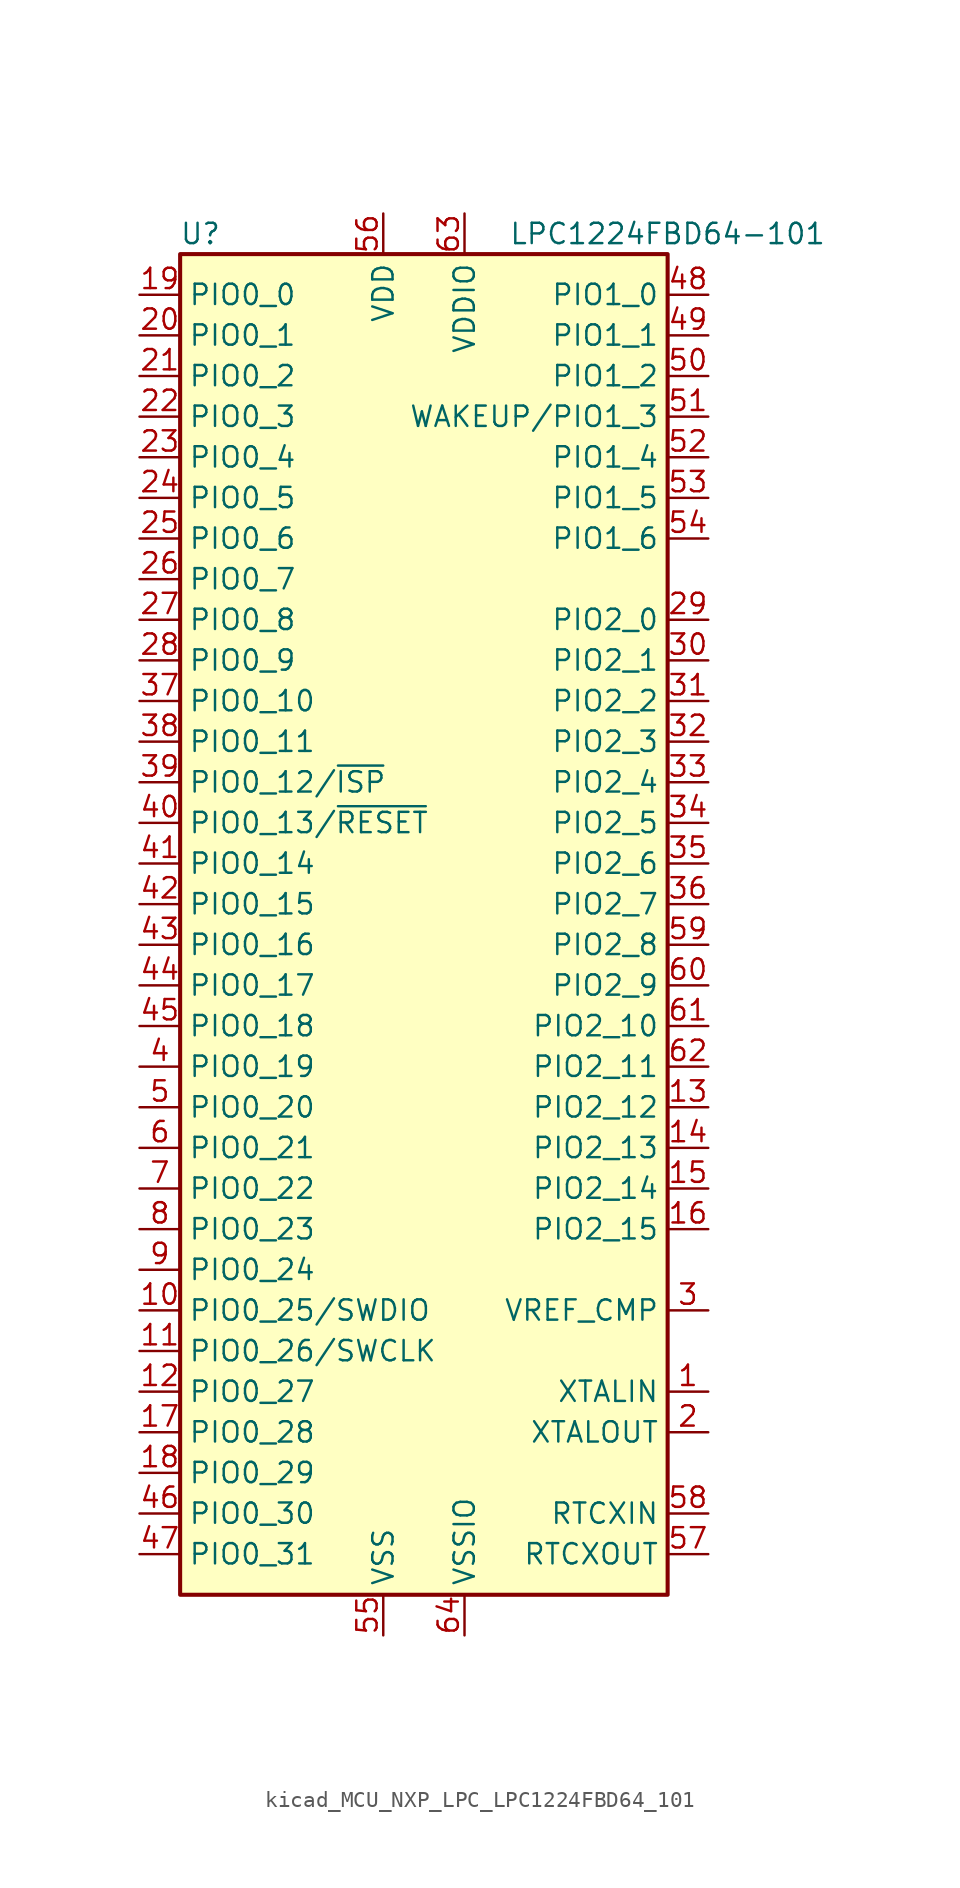
<source format=kicad_sym>
(kicad_symbol_lib
  (version 20220914)
  (generator kicad_symbol_editor)
  (symbol "kicad_MCU_NXP_LPC_LPC1224FBD64_101"
    (property "Reference" "U"
      (at -13.97 44.45 0)
      (effects (font (size 1.27 1.27))))
    (property "Value" "LPC1224FBD64-101"
      (at 15.24 44.45 0)
      (effects (font (size 1.27 1.27))))
    (symbol "kicad_MCU_NXP_LPC_LPC1224FBD64_101_0_1"
      (rectangle (start -15.24 43.18) (end 15.24 -40.64) (stroke (width 0.254) (type default)) (fill (type background))))
    (symbol "kicad_MCU_NXP_LPC_LPC1224FBD64_101_1_1"
      (pin input line (at 17.78 -27.94 180) (length 2.54) (name "XTALIN" (effects (font (size 1.27 1.27)))) (number "1" (effects (font (size 1.27 1.27)))))
      (pin bidirectional line (at -17.78 -22.86 0) (length 2.54) (name "PIO0_25/SWDIO" (effects (font (size 1.27 1.27)))) (number "10" (effects (font (size 1.27 1.27)))))
      (pin bidirectional line (at -17.78 -25.4 0) (length 2.54) (name "PIO0_26/SWCLK" (effects (font (size 1.27 1.27)))) (number "11" (effects (font (size 1.27 1.27)))))
      (pin bidirectional line (at -17.78 -27.94 0) (length 2.54) (name "PIO0_27" (effects (font (size 1.27 1.27)))) (number "12" (effects (font (size 1.27 1.27)))))
      (pin bidirectional line (at 17.78 -10.16 180) (length 2.54) (name "PIO2_12" (effects (font (size 1.27 1.27)))) (number "13" (effects (font (size 1.27 1.27)))))
      (pin bidirectional line (at 17.78 -12.7 180) (length 2.54) (name "PIO2_13" (effects (font (size 1.27 1.27)))) (number "14" (effects (font (size 1.27 1.27)))))
      (pin bidirectional line (at 17.78 -15.24 180) (length 2.54) (name "PIO2_14" (effects (font (size 1.27 1.27)))) (number "15" (effects (font (size 1.27 1.27)))))
      (pin bidirectional line (at 17.78 -17.78 180) (length 2.54) (name "PIO2_15" (effects (font (size 1.27 1.27)))) (number "16" (effects (font (size 1.27 1.27)))))
      (pin bidirectional line (at -17.78 -30.48 0) (length 2.54) (name "PIO0_28" (effects (font (size 1.27 1.27)))) (number "17" (effects (font (size 1.27 1.27)))))
      (pin bidirectional line (at -17.78 -33.02 0) (length 2.54) (name "PIO0_29" (effects (font (size 1.27 1.27)))) (number "18" (effects (font (size 1.27 1.27)))))
      (pin bidirectional line (at -17.78 40.64 0) (length 2.54) (name "PIO0_0" (effects (font (size 1.27 1.27)))) (number "19" (effects (font (size 1.27 1.27)))))
      (pin output line (at 17.78 -30.48 180) (length 2.54) (name "XTALOUT" (effects (font (size 1.27 1.27)))) (number "2" (effects (font (size 1.27 1.27)))))
      (pin bidirectional line (at -17.78 38.1 0) (length 2.54) (name "PIO0_1" (effects (font (size 1.27 1.27)))) (number "20" (effects (font (size 1.27 1.27)))))
      (pin bidirectional line (at -17.78 35.56 0) (length 2.54) (name "PIO0_2" (effects (font (size 1.27 1.27)))) (number "21" (effects (font (size 1.27 1.27)))))
      (pin bidirectional line (at -17.78 33.02 0) (length 2.54) (name "PIO0_3" (effects (font (size 1.27 1.27)))) (number "22" (effects (font (size 1.27 1.27)))))
      (pin bidirectional line (at -17.78 30.48 0) (length 2.54) (name "PIO0_4" (effects (font (size 1.27 1.27)))) (number "23" (effects (font (size 1.27 1.27)))))
      (pin bidirectional line (at -17.78 27.94 0) (length 2.54) (name "PIO0_5" (effects (font (size 1.27 1.27)))) (number "24" (effects (font (size 1.27 1.27)))))
      (pin bidirectional line (at -17.78 25.4 0) (length 2.54) (name "PIO0_6" (effects (font (size 1.27 1.27)))) (number "25" (effects (font (size 1.27 1.27)))))
      (pin bidirectional line (at -17.78 22.86 0) (length 2.54) (name "PIO0_7" (effects (font (size 1.27 1.27)))) (number "26" (effects (font (size 1.27 1.27)))))
      (pin bidirectional line (at -17.78 20.32 0) (length 2.54) (name "PIO0_8" (effects (font (size 1.27 1.27)))) (number "27" (effects (font (size 1.27 1.27)))))
      (pin bidirectional line (at -17.78 17.78 0) (length 2.54) (name "PIO0_9" (effects (font (size 1.27 1.27)))) (number "28" (effects (font (size 1.27 1.27)))))
      (pin bidirectional line (at 17.78 20.32 180) (length 2.54) (name "PIO2_0" (effects (font (size 1.27 1.27)))) (number "29" (effects (font (size 1.27 1.27)))))
      (pin input line (at 17.78 -22.86 180) (length 2.54) (name "VREF_CMP" (effects (font (size 1.27 1.27)))) (number "3" (effects (font (size 1.27 1.27)))))
      (pin bidirectional line (at 17.78 17.78 180) (length 2.54) (name "PIO2_1" (effects (font (size 1.27 1.27)))) (number "30" (effects (font (size 1.27 1.27)))))
      (pin bidirectional line (at 17.78 15.24 180) (length 2.54) (name "PIO2_2" (effects (font (size 1.27 1.27)))) (number "31" (effects (font (size 1.27 1.27)))))
      (pin bidirectional line (at 17.78 12.7 180) (length 2.54) (name "PIO2_3" (effects (font (size 1.27 1.27)))) (number "32" (effects (font (size 1.27 1.27)))))
      (pin bidirectional line (at 17.78 10.16 180) (length 2.54) (name "PIO2_4" (effects (font (size 1.27 1.27)))) (number "33" (effects (font (size 1.27 1.27)))))
      (pin bidirectional line (at 17.78 7.62 180) (length 2.54) (name "PIO2_5" (effects (font (size 1.27 1.27)))) (number "34" (effects (font (size 1.27 1.27)))))
      (pin bidirectional line (at 17.78 5.08 180) (length 2.54) (name "PIO2_6" (effects (font (size 1.27 1.27)))) (number "35" (effects (font (size 1.27 1.27)))))
      (pin bidirectional line (at 17.78 2.54 180) (length 2.54) (name "PIO2_7" (effects (font (size 1.27 1.27)))) (number "36" (effects (font (size 1.27 1.27)))))
      (pin bidirectional line (at -17.78 15.24 0) (length 2.54) (name "PIO0_10" (effects (font (size 1.27 1.27)))) (number "37" (effects (font (size 1.27 1.27)))))
      (pin bidirectional line (at -17.78 12.7 0) (length 2.54) (name "PIO0_11" (effects (font (size 1.27 1.27)))) (number "38" (effects (font (size 1.27 1.27)))))
      (pin bidirectional line (at -17.78 10.16 0) (length 2.54) (name "PIO0_12/~{ISP}" (effects (font (size 1.27 1.27)))) (number "39" (effects (font (size 1.27 1.27)))))
      (pin bidirectional line (at -17.78 -7.62 0) (length 2.54) (name "PIO0_19" (effects (font (size 1.27 1.27)))) (number "4" (effects (font (size 1.27 1.27)))))
      (pin bidirectional line (at -17.78 7.62 0) (length 2.54) (name "PIO0_13/~{RESET}" (effects (font (size 1.27 1.27)))) (number "40" (effects (font (size 1.27 1.27)))))
      (pin bidirectional line (at -17.78 5.08 0) (length 2.54) (name "PIO0_14" (effects (font (size 1.27 1.27)))) (number "41" (effects (font (size 1.27 1.27)))))
      (pin bidirectional line (at -17.78 2.54 0) (length 2.54) (name "PIO0_15" (effects (font (size 1.27 1.27)))) (number "42" (effects (font (size 1.27 1.27)))))
      (pin bidirectional line (at -17.78 0 0) (length 2.54) (name "PIO0_16" (effects (font (size 1.27 1.27)))) (number "43" (effects (font (size 1.27 1.27)))))
      (pin bidirectional line (at -17.78 -2.54 0) (length 2.54) (name "PIO0_17" (effects (font (size 1.27 1.27)))) (number "44" (effects (font (size 1.27 1.27)))))
      (pin bidirectional line (at -17.78 -5.08 0) (length 2.54) (name "PIO0_18" (effects (font (size 1.27 1.27)))) (number "45" (effects (font (size 1.27 1.27)))))
      (pin bidirectional line (at -17.78 -35.56 0) (length 2.54) (name "PIO0_30" (effects (font (size 1.27 1.27)))) (number "46" (effects (font (size 1.27 1.27)))))
      (pin bidirectional line (at -17.78 -38.1 0) (length 2.54) (name "PIO0_31" (effects (font (size 1.27 1.27)))) (number "47" (effects (font (size 1.27 1.27)))))
      (pin bidirectional line (at 17.78 40.64 180) (length 2.54) (name "PIO1_0" (effects (font (size 1.27 1.27)))) (number "48" (effects (font (size 1.27 1.27)))))
      (pin bidirectional line (at 17.78 38.1 180) (length 2.54) (name "PIO1_1" (effects (font (size 1.27 1.27)))) (number "49" (effects (font (size 1.27 1.27)))))
      (pin bidirectional line (at -17.78 -10.16 0) (length 2.54) (name "PIO0_20" (effects (font (size 1.27 1.27)))) (number "5" (effects (font (size 1.27 1.27)))))
      (pin bidirectional line (at 17.78 35.56 180) (length 2.54) (name "PIO1_2" (effects (font (size 1.27 1.27)))) (number "50" (effects (font (size 1.27 1.27)))))
      (pin bidirectional line (at 17.78 33.02 180) (length 2.54) (name "WAKEUP/PIO1_3" (effects (font (size 1.27 1.27)))) (number "51" (effects (font (size 1.27 1.27)))))
      (pin bidirectional line (at 17.78 30.48 180) (length 2.54) (name "PIO1_4" (effects (font (size 1.27 1.27)))) (number "52" (effects (font (size 1.27 1.27)))))
      (pin bidirectional line (at 17.78 27.94 180) (length 2.54) (name "PIO1_5" (effects (font (size 1.27 1.27)))) (number "53" (effects (font (size 1.27 1.27)))))
      (pin bidirectional line (at 17.78 25.4 180) (length 2.54) (name "PIO1_6" (effects (font (size 1.27 1.27)))) (number "54" (effects (font (size 1.27 1.27)))))
      (pin power_in line (at -2.54 -43.18 90) (length 2.54) (name "VSS" (effects (font (size 1.27 1.27)))) (number "55" (effects (font (size 1.27 1.27)))))
      (pin power_in line (at -2.54 45.72 270) (length 2.54) (name "VDD" (effects (font (size 1.27 1.27)))) (number "56" (effects (font (size 1.27 1.27)))))
      (pin output line (at 17.78 -38.1 180) (length 2.54) (name "RTCXOUT" (effects (font (size 1.27 1.27)))) (number "57" (effects (font (size 1.27 1.27)))))
      (pin input line (at 17.78 -35.56 180) (length 2.54) (name "RTCXIN" (effects (font (size 1.27 1.27)))) (number "58" (effects (font (size 1.27 1.27)))))
      (pin bidirectional line (at 17.78 0 180) (length 2.54) (name "PIO2_8" (effects (font (size 1.27 1.27)))) (number "59" (effects (font (size 1.27 1.27)))))
      (pin bidirectional line (at -17.78 -12.7 0) (length 2.54) (name "PIO0_21" (effects (font (size 1.27 1.27)))) (number "6" (effects (font (size 1.27 1.27)))))
      (pin bidirectional line (at 17.78 -2.54 180) (length 2.54) (name "PIO2_9" (effects (font (size 1.27 1.27)))) (number "60" (effects (font (size 1.27 1.27)))))
      (pin bidirectional line (at 17.78 -5.08 180) (length 2.54) (name "PIO2_10" (effects (font (size 1.27 1.27)))) (number "61" (effects (font (size 1.27 1.27)))))
      (pin bidirectional line (at 17.78 -7.62 180) (length 2.54) (name "PIO2_11" (effects (font (size 1.27 1.27)))) (number "62" (effects (font (size 1.27 1.27)))))
      (pin power_in line (at 2.54 45.72 270) (length 2.54) (name "VDDIO" (effects (font (size 1.27 1.27)))) (number "63" (effects (font (size 1.27 1.27)))))
      (pin power_in line (at 2.54 -43.18 90) (length 2.54) (name "VSSIO" (effects (font (size 1.27 1.27)))) (number "64" (effects (font (size 1.27 1.27)))))
      (pin bidirectional line (at -17.78 -15.24 0) (length 2.54) (name "PIO0_22" (effects (font (size 1.27 1.27)))) (number "7" (effects (font (size 1.27 1.27)))))
      (pin bidirectional line (at -17.78 -17.78 0) (length 2.54) (name "PIO0_23" (effects (font (size 1.27 1.27)))) (number "8" (effects (font (size 1.27 1.27)))))
      (pin bidirectional line (at -17.78 -20.32 0) (length 2.54) (name "PIO0_24" (effects (font (size 1.27 1.27)))) (number "9" (effects (font (size 1.27 1.27))))))))
</source>
